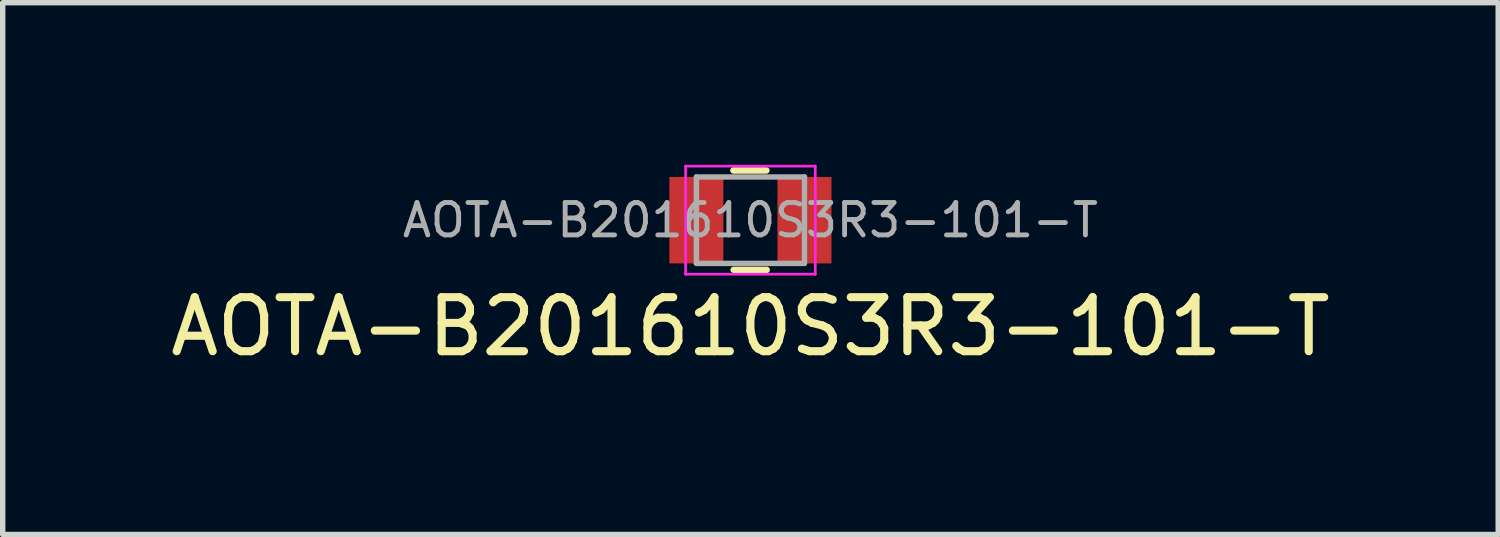
<source format=kicad_pcb>
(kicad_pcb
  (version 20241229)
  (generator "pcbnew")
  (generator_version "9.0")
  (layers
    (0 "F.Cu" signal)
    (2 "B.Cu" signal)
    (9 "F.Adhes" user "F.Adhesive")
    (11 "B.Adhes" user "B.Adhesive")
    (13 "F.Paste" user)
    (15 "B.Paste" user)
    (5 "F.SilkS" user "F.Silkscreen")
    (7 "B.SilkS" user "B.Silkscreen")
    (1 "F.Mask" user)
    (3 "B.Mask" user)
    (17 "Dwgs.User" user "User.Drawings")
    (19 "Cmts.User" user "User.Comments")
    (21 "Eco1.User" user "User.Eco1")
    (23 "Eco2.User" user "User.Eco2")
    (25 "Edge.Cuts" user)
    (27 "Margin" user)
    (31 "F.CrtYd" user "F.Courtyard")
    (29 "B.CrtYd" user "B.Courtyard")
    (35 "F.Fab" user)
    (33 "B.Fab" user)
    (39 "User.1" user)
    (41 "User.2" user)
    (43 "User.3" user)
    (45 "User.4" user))
  (footprint "AOTA-B201610S3R3-101-T"
    (layer "F.Cu")
    (at 10.839 1.025)
    (property "Reference" "AOTA-B201610S3R3-101-T" (at 0 1.97 0) (layer "F.SilkS") (effects (font (size 1 1) (thickness 0.15))))
    (attr smd)
    (fp_line (start -0.315 -0.92) (end 0.295 -0.92) (stroke (width 0.12) (type solid)) (layer "F.SilkS"))
    (fp_line (start -0.31 0.92) (end 0.3 0.92) (stroke (width 0.12) (type solid)) (layer "F.SilkS"))
    (fp_line (start -1.2 -1) (end -1.2 1) (stroke (width 0.05) (type solid)) (layer "F.CrtYd"))
    (fp_line (start -1.2 1) (end 1.2 1) (stroke (width 0.05) (type solid)) (layer "F.CrtYd"))
    (fp_line (start 1.2 -1) (end -1.2 -1) (stroke (width 0.05) (type solid)) (layer "F.CrtYd"))
    (fp_line (start 1.2 1) (end 1.2 -1) (stroke (width 0.05) (type solid)) (layer "F.CrtYd"))
    (fp_line (start -1 -0.8) (end -1 0.8) (stroke (width 0.1) (type solid)) (layer "F.Fab"))
    (fp_line (start -1 0.8) (end 1 0.8) (stroke (width 0.1) (type solid)) (layer "F.Fab"))
    (fp_line (start 1 -0.8) (end -1 -0.8) (stroke (width 0.1) (type solid)) (layer "F.Fab"))
    (fp_line (start 1 0.8) (end 1 -0.8) (stroke (width 0.1) (type solid)) (layer "F.Fab"))
    (fp_text user "${REFERENCE}" (at 0 0 0) (layer "F.Fab") (effects (font (size 0.6 0.6) (thickness 0.09))))
    (pad "1" smd rect (at -1 0) (size 1 1.6) (layers "F.Cu" "F.Mask" "F.Paste"))
    (pad "2" smd rect (at 1 0) (size 1 1.6) (layers "F.Cu" "F.Mask" "F.Paste")))
  (gr_rect
    (start -3 -3)
    (end 24.679 6.843)
    (stroke (width 0.1) (type default))
    (fill no)
    (layer "Edge.Cuts")))
</source>
